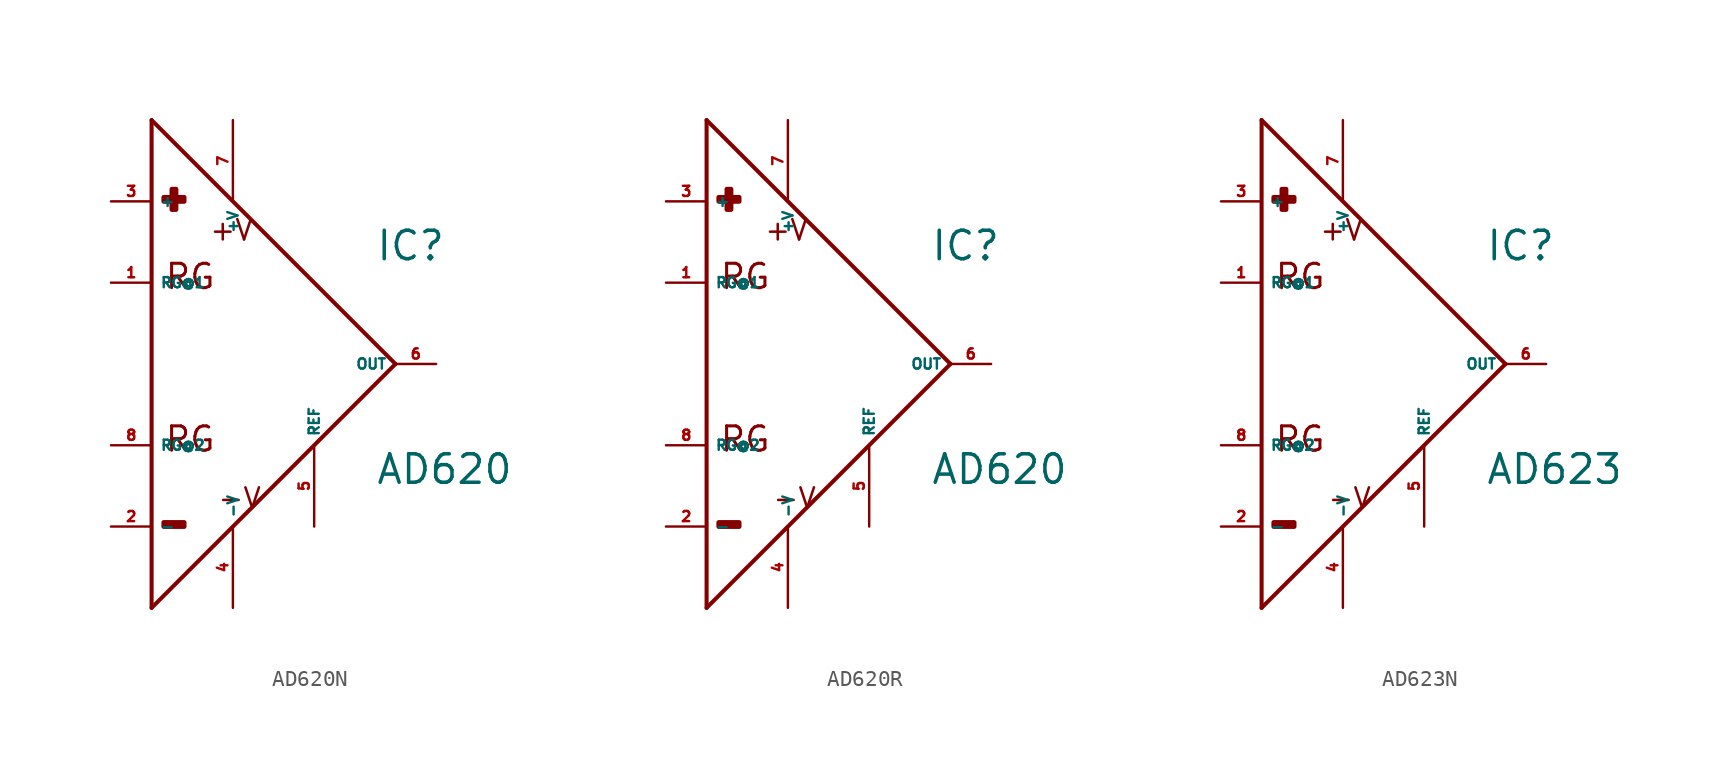
<source format=kicad_sym>
(kicad_symbol_lib
  (version 20220914)
  (generator Eagle2Kicad)
  (symbol "AD620N"
    (property "Reference" "IC"
      (at 8.89 6.35 0)
      (effects (font (size 1.778 1.778) (thickness 0.22)) (justify left bottom)))
    (property "Value" "AD620"
      (at 8.89 -7.62 0)
      (effects (font (size 1.778 1.778) (thickness 0.22)) (justify left bottom)))
    (polyline
      (pts (xy -5.08 15.24) (xy -5.08 -15.24))
      (stroke (width 0.254) (type default))
      (fill (type none)))
    (polyline
      (pts (xy -5.08 -15.24) (xy 10.16 0))
      (stroke (width 0.254) (type default))
      (fill (type none)))
    (polyline
      (pts (xy 10.16 0) (xy -5.08 15.24))
      (stroke (width 0.254) (type default))
      (fill (type none)))
    (text "+V"
      (at -1.524 7.62 0)
      (effects (font (size 1.27 1.27) (thickness 0.16)) (justify left bottom)))
    (text "-V"
      (at -1.016 -9.144 0)
      (effects (font (size 1.27 1.27) (thickness 0.16)) (justify left bottom)))
    (text "RG"
      (at -4.318 4.572 0)
      (effects (font (size 1.524 1.524) (thickness 0.19)) (justify left bottom)))
    (text "RG"
      (at -4.318 -5.588 0)
      (effects (font (size 1.524 1.524) (thickness 0.19)) (justify left bottom)))
    (rectangle
      (start -3.81 9.652)
      (end -3.556 10.922)
      (stroke (width 0.3) (type default))
      (fill (type outline)))
    (rectangle
      (start -4.318 10.16)
      (end -3.048 10.414)
      (stroke (width 0.3) (type default))
      (fill (type outline)))
    (rectangle
      (start -4.318 -10.16)
      (end -3.048 -9.906)
      (stroke (width 0.3) (type default))
      (fill (type outline)))
    (pin input line
      (at -7.62 10.16 0)
      (length 2.54)
      (name "+" (effects (font (size 0.635 0.635) (thickness 0.08)) (justify left bottom)))
      (number "3" (effects (font (size 0.635 0.635) (thickness 0.08)) (justify left bottom))))
    (pin input line
      (at -7.62 -10.16 0)
      (length 2.54)
      (name "-" (effects (font (size 0.635 0.635) (thickness 0.08)) (justify left bottom)))
      (number "2" (effects (font (size 0.635 0.635) (thickness 0.08)) (justify left bottom))))
    (pin unspecified line
      (at 0 -15.24 90)
      (length 5.08)
      (name "-V" (effects (font (size 0.635 0.635) (thickness 0.08)) (justify left bottom)))
      (number "4" (effects (font (size 0.635 0.635) (thickness 0.08)) (justify left bottom))))
    (pin unspecified line
      (at 0 15.24 270)
      (length 5.08)
      (name "+V" (effects (font (size 0.635 0.635) (thickness 0.08)) (justify left bottom)))
      (number "7" (effects (font (size 0.635 0.635) (thickness 0.08)) (justify left bottom))))
    (pin output line
      (at 12.7 0 180)
      (length 2.54)
      (name "OUT" (effects (font (size 0.635 0.635) (thickness 0.08)) (justify left bottom)))
      (number "6" (effects (font (size 0.635 0.635) (thickness 0.08)) (justify left bottom))))
    (pin passive line
      (at -7.62 5.08 0)
      (length 2.54)
      (name "RG@1" (effects (font (size 0.635 0.635) (thickness 0.08)) (justify left bottom)))
      (number "1" (effects (font (size 0.635 0.635) (thickness 0.08)) (justify left bottom))))
    (pin passive line
      (at -7.62 -5.08 0)
      (length 2.54)
      (name "RG@2" (effects (font (size 0.635 0.635) (thickness 0.08)) (justify left bottom)))
      (number "8" (effects (font (size 0.635 0.635) (thickness 0.08)) (justify left bottom))))
    (pin passive line
      (at 5.08 -10.16 90)
      (length 5.08)
      (name "REF" (effects (font (size 0.635 0.635) (thickness 0.08)) (justify left bottom)))
      (number "5" (effects (font (size 0.635 0.635) (thickness 0.08)) (justify left bottom)))))
  (symbol "AD620R"
    (property "Reference" "IC"
      (at 8.89 6.35 0)
      (effects (font (size 1.778 1.778) (thickness 0.22)) (justify left bottom)))
    (property "Value" "AD620"
      (at 8.89 -7.62 0)
      (effects (font (size 1.778 1.778) (thickness 0.22)) (justify left bottom)))
    (polyline
      (pts (xy -5.08 15.24) (xy -5.08 -15.24))
      (stroke (width 0.254) (type default))
      (fill (type none)))
    (polyline
      (pts (xy -5.08 -15.24) (xy 10.16 0))
      (stroke (width 0.254) (type default))
      (fill (type none)))
    (polyline
      (pts (xy 10.16 0) (xy -5.08 15.24))
      (stroke (width 0.254) (type default))
      (fill (type none)))
    (text "+V"
      (at -1.524 7.62 0)
      (effects (font (size 1.27 1.27) (thickness 0.16)) (justify left bottom)))
    (text "-V"
      (at -1.016 -9.144 0)
      (effects (font (size 1.27 1.27) (thickness 0.16)) (justify left bottom)))
    (text "RG"
      (at -4.318 4.572 0)
      (effects (font (size 1.524 1.524) (thickness 0.19)) (justify left bottom)))
    (text "RG"
      (at -4.318 -5.588 0)
      (effects (font (size 1.524 1.524) (thickness 0.19)) (justify left bottom)))
    (rectangle
      (start -3.81 9.652)
      (end -3.556 10.922)
      (stroke (width 0.3) (type default))
      (fill (type outline)))
    (rectangle
      (start -4.318 10.16)
      (end -3.048 10.414)
      (stroke (width 0.3) (type default))
      (fill (type outline)))
    (rectangle
      (start -4.318 -10.16)
      (end -3.048 -9.906)
      (stroke (width 0.3) (type default))
      (fill (type outline)))
    (pin input line
      (at -7.62 10.16 0)
      (length 2.54)
      (name "+" (effects (font (size 0.635 0.635) (thickness 0.08)) (justify left bottom)))
      (number "3" (effects (font (size 0.635 0.635) (thickness 0.08)) (justify left bottom))))
    (pin input line
      (at -7.62 -10.16 0)
      (length 2.54)
      (name "-" (effects (font (size 0.635 0.635) (thickness 0.08)) (justify left bottom)))
      (number "2" (effects (font (size 0.635 0.635) (thickness 0.08)) (justify left bottom))))
    (pin unspecified line
      (at 0 -15.24 90)
      (length 5.08)
      (name "-V" (effects (font (size 0.635 0.635) (thickness 0.08)) (justify left bottom)))
      (number "4" (effects (font (size 0.635 0.635) (thickness 0.08)) (justify left bottom))))
    (pin unspecified line
      (at 0 15.24 270)
      (length 5.08)
      (name "+V" (effects (font (size 0.635 0.635) (thickness 0.08)) (justify left bottom)))
      (number "7" (effects (font (size 0.635 0.635) (thickness 0.08)) (justify left bottom))))
    (pin output line
      (at 12.7 0 180)
      (length 2.54)
      (name "OUT" (effects (font (size 0.635 0.635) (thickness 0.08)) (justify left bottom)))
      (number "6" (effects (font (size 0.635 0.635) (thickness 0.08)) (justify left bottom))))
    (pin passive line
      (at -7.62 5.08 0)
      (length 2.54)
      (name "RG@1" (effects (font (size 0.635 0.635) (thickness 0.08)) (justify left bottom)))
      (number "1" (effects (font (size 0.635 0.635) (thickness 0.08)) (justify left bottom))))
    (pin passive line
      (at -7.62 -5.08 0)
      (length 2.54)
      (name "RG@2" (effects (font (size 0.635 0.635) (thickness 0.08)) (justify left bottom)))
      (number "8" (effects (font (size 0.635 0.635) (thickness 0.08)) (justify left bottom))))
    (pin passive line
      (at 5.08 -10.16 90)
      (length 5.08)
      (name "REF" (effects (font (size 0.635 0.635) (thickness 0.08)) (justify left bottom)))
      (number "5" (effects (font (size 0.635 0.635) (thickness 0.08)) (justify left bottom)))))
  (symbol "AD623N"
    (property "Reference" "IC"
      (at 8.89 6.35 0)
      (effects (font (size 1.778 1.778) (thickness 0.22)) (justify left bottom)))
    (property "Value" "AD623"
      (at 8.89 -7.62 0)
      (effects (font (size 1.778 1.778) (thickness 0.22)) (justify left bottom)))
    (polyline
      (pts (xy -5.08 15.24) (xy -5.08 -15.24))
      (stroke (width 0.254) (type default))
      (fill (type none)))
    (polyline
      (pts (xy -5.08 -15.24) (xy 10.16 0))
      (stroke (width 0.254) (type default))
      (fill (type none)))
    (polyline
      (pts (xy 10.16 0) (xy -5.08 15.24))
      (stroke (width 0.254) (type default))
      (fill (type none)))
    (text "+V"
      (at -1.524 7.62 0)
      (effects (font (size 1.27 1.27) (thickness 0.16)) (justify left bottom)))
    (text "-V"
      (at -1.016 -9.144 0)
      (effects (font (size 1.27 1.27) (thickness 0.16)) (justify left bottom)))
    (text "RG"
      (at -4.318 4.572 0)
      (effects (font (size 1.524 1.524) (thickness 0.19)) (justify left bottom)))
    (text "RG"
      (at -4.318 -5.588 0)
      (effects (font (size 1.524 1.524) (thickness 0.19)) (justify left bottom)))
    (rectangle
      (start -3.81 9.652)
      (end -3.556 10.922)
      (stroke (width 0.3) (type default))
      (fill (type outline)))
    (rectangle
      (start -4.318 10.16)
      (end -3.048 10.414)
      (stroke (width 0.3) (type default))
      (fill (type outline)))
    (rectangle
      (start -4.318 -10.16)
      (end -3.048 -9.906)
      (stroke (width 0.3) (type default))
      (fill (type outline)))
    (pin input line
      (at -7.62 10.16 0)
      (length 2.54)
      (name "+" (effects (font (size 0.635 0.635) (thickness 0.08)) (justify left bottom)))
      (number "3" (effects (font (size 0.635 0.635) (thickness 0.08)) (justify left bottom))))
    (pin input line
      (at -7.62 -10.16 0)
      (length 2.54)
      (name "-" (effects (font (size 0.635 0.635) (thickness 0.08)) (justify left bottom)))
      (number "2" (effects (font (size 0.635 0.635) (thickness 0.08)) (justify left bottom))))
    (pin unspecified line
      (at 0 -15.24 90)
      (length 5.08)
      (name "-V" (effects (font (size 0.635 0.635) (thickness 0.08)) (justify left bottom)))
      (number "4" (effects (font (size 0.635 0.635) (thickness 0.08)) (justify left bottom))))
    (pin unspecified line
      (at 0 15.24 270)
      (length 5.08)
      (name "+V" (effects (font (size 0.635 0.635) (thickness 0.08)) (justify left bottom)))
      (number "7" (effects (font (size 0.635 0.635) (thickness 0.08)) (justify left bottom))))
    (pin output line
      (at 12.7 0 180)
      (length 2.54)
      (name "OUT" (effects (font (size 0.635 0.635) (thickness 0.08)) (justify left bottom)))
      (number "6" (effects (font (size 0.635 0.635) (thickness 0.08)) (justify left bottom))))
    (pin passive line
      (at -7.62 5.08 0)
      (length 2.54)
      (name "RG@1" (effects (font (size 0.635 0.635) (thickness 0.08)) (justify left bottom)))
      (number "1" (effects (font (size 0.635 0.635) (thickness 0.08)) (justify left bottom))))
    (pin passive line
      (at -7.62 -5.08 0)
      (length 2.54)
      (name "RG@2" (effects (font (size 0.635 0.635) (thickness 0.08)) (justify left bottom)))
      (number "8" (effects (font (size 0.635 0.635) (thickness 0.08)) (justify left bottom))))
    (pin passive line
      (at 5.08 -10.16 90)
      (length 5.08)
      (name "REF" (effects (font (size 0.635 0.635) (thickness 0.08)) (justify left bottom)))
      (number "5" (effects (font (size 0.635 0.635) (thickness 0.08)) (justify left bottom))))))
</source>
